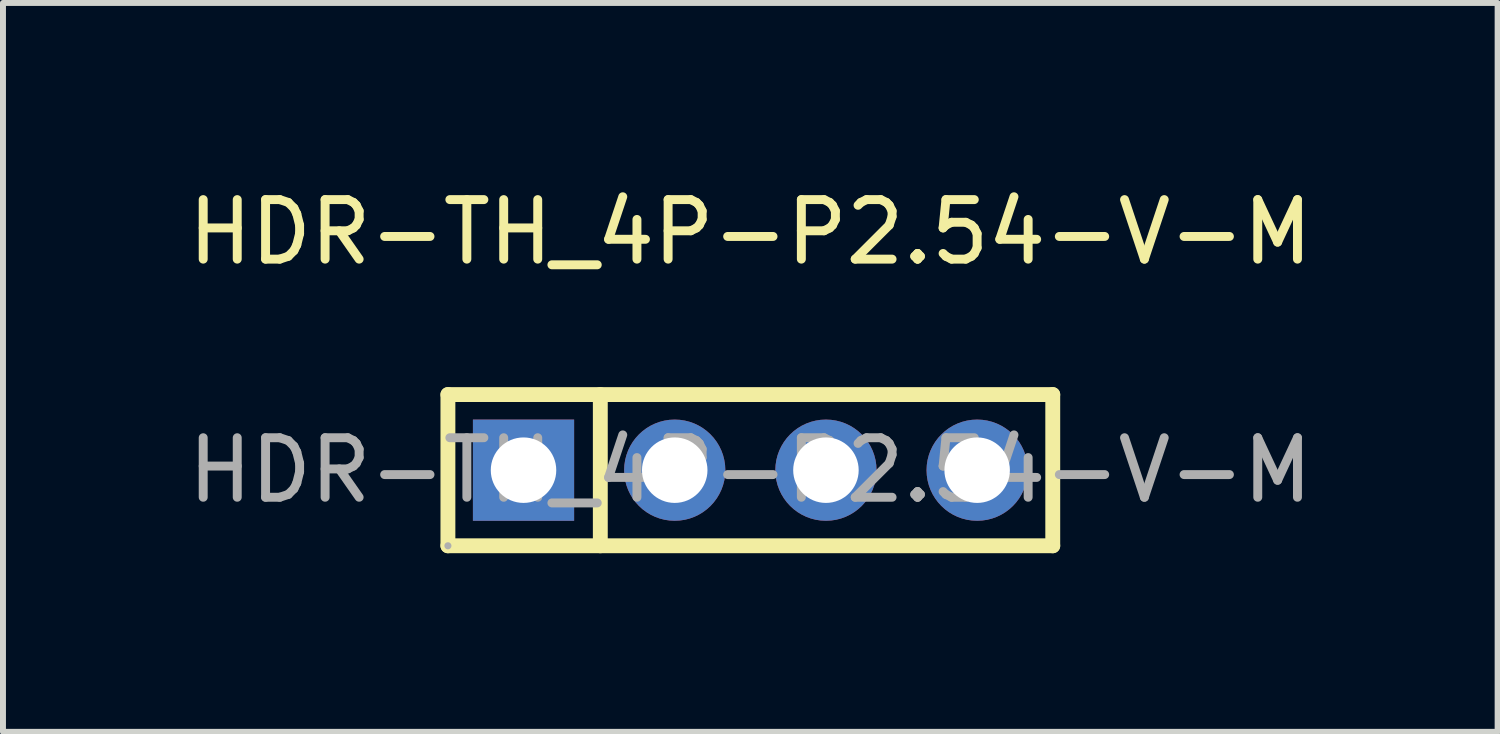
<source format=kicad_pcb>
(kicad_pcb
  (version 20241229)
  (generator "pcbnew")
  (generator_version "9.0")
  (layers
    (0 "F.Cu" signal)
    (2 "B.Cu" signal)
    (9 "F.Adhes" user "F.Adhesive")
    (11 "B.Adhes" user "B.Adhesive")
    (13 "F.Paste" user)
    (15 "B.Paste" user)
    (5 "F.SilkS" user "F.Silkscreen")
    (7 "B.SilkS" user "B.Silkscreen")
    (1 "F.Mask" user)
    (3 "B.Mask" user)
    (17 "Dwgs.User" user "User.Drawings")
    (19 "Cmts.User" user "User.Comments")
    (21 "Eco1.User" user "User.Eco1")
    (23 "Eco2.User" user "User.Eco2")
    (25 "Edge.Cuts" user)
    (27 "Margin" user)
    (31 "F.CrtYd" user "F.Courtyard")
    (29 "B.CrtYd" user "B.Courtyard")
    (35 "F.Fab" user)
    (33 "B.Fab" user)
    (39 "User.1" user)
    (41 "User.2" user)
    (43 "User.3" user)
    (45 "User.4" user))
  (footprint "HDR-TH_4P-P2.54-V-M"
    (layer "F.Cu")
    (at 9.554 4.848)
    (property "Reference" "HDR-TH_4P-P2.54-V-M" (at 0 -4 0) (layer "F.SilkS") (effects (font (size 1 1) (thickness 0.15))))
    (attr through_hole)
    (fp_line (start -5.08 -1.27) (end 5.08 -1.27) (stroke (width 0.25) (type solid)) (layer "F.SilkS"))
    (fp_line (start -5.08 1.27) (end -5.08 -1.27) (stroke (width 0.25) (type solid)) (layer "F.SilkS"))
    (fp_line (start -2.52 -1.27) (end -2.52 1.27) (stroke (width 0.25) (type solid)) (layer "F.SilkS"))
    (fp_line (start 5.08 -1.27) (end 5.08 1.27) (stroke (width 0.25) (type solid)) (layer "F.SilkS"))
    (fp_line (start 5.08 1.27) (end -5.08 1.27) (stroke (width 0.25) (type solid)) (layer "F.SilkS"))
    (fp_circle (center -5.08 1.27) (end -5.05 1.27) (stroke (width 0.06) (type solid)) (fill no) (layer "F.Fab"))
    (fp_text user "${REFERENCE}" (at 0 0 0) (layer "F.Fab") (effects (font (size 1 1) (thickness 0.15))))
    (pad "1" thru_hole rect (at -3.81 0) (size 1.7 1.7) (drill 1.1) (layers "*.Cu" "*.Mask"))
    (pad "2" thru_hole circle (at -1.27 0) (size 1.7 1.7) (drill 1.1) (layers "*.Cu" "*.Mask"))
    (pad "3" thru_hole circle (at 1.27 0) (size 1.7 1.7) (drill 1.1) (layers "*.Cu" "*.Mask"))
    (pad "4" thru_hole circle (at 3.81 0) (size 1.7 1.7) (drill 1.1) (layers "*.Cu" "*.Mask")))
  (gr_rect
    (start -3 -3)
    (end 22.107 9.243)
    (stroke (width 0.1) (type default))
    (fill no)
    (layer "Edge.Cuts")))
</source>
